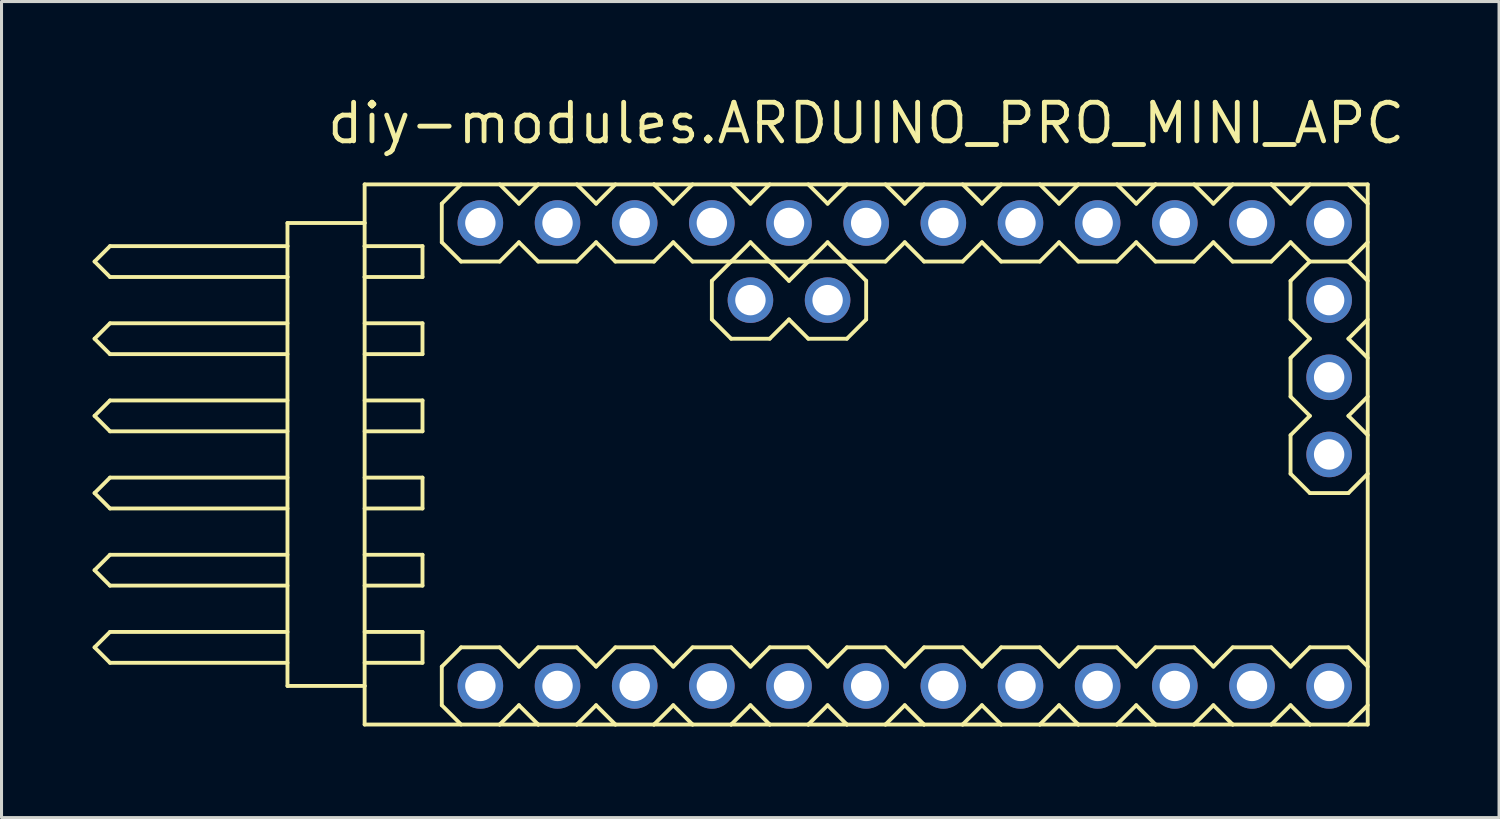
<source format=kicad_pcb>
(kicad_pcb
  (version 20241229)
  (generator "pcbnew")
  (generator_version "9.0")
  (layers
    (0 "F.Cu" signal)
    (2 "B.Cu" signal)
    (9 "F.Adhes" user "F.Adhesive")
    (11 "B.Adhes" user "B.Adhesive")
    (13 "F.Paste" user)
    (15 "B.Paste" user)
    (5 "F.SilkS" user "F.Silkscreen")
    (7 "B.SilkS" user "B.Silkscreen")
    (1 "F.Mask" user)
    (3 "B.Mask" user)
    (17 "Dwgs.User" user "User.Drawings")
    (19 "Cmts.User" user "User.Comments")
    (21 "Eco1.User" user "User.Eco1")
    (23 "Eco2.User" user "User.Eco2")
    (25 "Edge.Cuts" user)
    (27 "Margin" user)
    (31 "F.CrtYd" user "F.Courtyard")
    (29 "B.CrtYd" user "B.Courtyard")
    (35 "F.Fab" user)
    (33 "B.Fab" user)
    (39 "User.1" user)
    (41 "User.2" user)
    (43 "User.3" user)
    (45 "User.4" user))
  (footprint "diy-modules.ARDUINO_PRO_MINI_APC"
    (layer "F.Cu")
    (at 25.463 11.91)
    (property "Reference" "diy-modules.ARDUINO_PRO_MINI_APC" (at 0 -10.16 0) (layer "F.SilkS") (effects (font (size 1.27 1.27) (thickness 0.16)) (justify bottom)))
    (attr through_hole)
    (fp_line (start -25.4 -6.35) (end -24.892 -5.842) (stroke (width 0.127) (type default)) (layer "F.SilkS"))
    (fp_line (start -25.4 -3.81) (end -24.892 -3.302) (stroke (width 0.127) (type default)) (layer "F.SilkS"))
    (fp_line (start -25.4 -1.27) (end -24.892 -0.762) (stroke (width 0.127) (type default)) (layer "F.SilkS"))
    (fp_line (start -25.4 1.27) (end -24.892 1.778) (stroke (width 0.127) (type default)) (layer "F.SilkS"))
    (fp_line (start -25.4 3.81) (end -24.892 4.318) (stroke (width 0.127) (type default)) (layer "F.SilkS"))
    (fp_line (start -25.4 6.35) (end -24.892 6.858) (stroke (width 0.127) (type default)) (layer "F.SilkS"))
    (fp_line (start -24.892 -6.858) (end -25.4 -6.35) (stroke (width 0.127) (type default)) (layer "F.SilkS"))
    (fp_line (start -24.892 -5.842) (end -19.05 -5.842) (stroke (width 0.127) (type default)) (layer "F.SilkS"))
    (fp_line (start -24.892 -4.318) (end -25.4 -3.81) (stroke (width 0.127) (type default)) (layer "F.SilkS"))
    (fp_line (start -24.892 -3.302) (end -19.05 -3.302) (stroke (width 0.127) (type default)) (layer "F.SilkS"))
    (fp_line (start -24.892 -1.778) (end -25.4 -1.27) (stroke (width 0.127) (type default)) (layer "F.SilkS"))
    (fp_line (start -24.892 -0.762) (end -19.05 -0.762) (stroke (width 0.127) (type default)) (layer "F.SilkS"))
    (fp_line (start -24.892 0.762) (end -25.4 1.27) (stroke (width 0.127) (type default)) (layer "F.SilkS"))
    (fp_line (start -24.892 1.778) (end -19.05 1.778) (stroke (width 0.127) (type default)) (layer "F.SilkS"))
    (fp_line (start -24.892 3.302) (end -25.4 3.81) (stroke (width 0.127) (type default)) (layer "F.SilkS"))
    (fp_line (start -24.892 4.318) (end -19.05 4.318) (stroke (width 0.127) (type default)) (layer "F.SilkS"))
    (fp_line (start -24.892 5.842) (end -25.4 6.35) (stroke (width 0.127) (type default)) (layer "F.SilkS"))
    (fp_line (start -24.892 6.858) (end -19.05 6.858) (stroke (width 0.127) (type default)) (layer "F.SilkS"))
    (fp_line (start -19.05 -7.62) (end -19.05 -6.858) (stroke (width 0.127) (type default)) (layer "F.SilkS"))
    (fp_line (start -19.05 -6.858) (end -24.892 -6.858) (stroke (width 0.127) (type default)) (layer "F.SilkS"))
    (fp_line (start -19.05 -6.858) (end -19.05 -5.842) (stroke (width 0.127) (type default)) (layer "F.SilkS"))
    (fp_line (start -19.05 -5.842) (end -19.05 7.62) (stroke (width 0.127) (type default)) (layer "F.SilkS"))
    (fp_line (start -19.05 -4.318) (end -24.892 -4.318) (stroke (width 0.127) (type default)) (layer "F.SilkS"))
    (fp_line (start -19.05 -1.778) (end -24.892 -1.778) (stroke (width 0.127) (type default)) (layer "F.SilkS"))
    (fp_line (start -19.05 0.762) (end -24.892 0.762) (stroke (width 0.127) (type default)) (layer "F.SilkS"))
    (fp_line (start -19.05 3.302) (end -24.892 3.302) (stroke (width 0.127) (type default)) (layer "F.SilkS"))
    (fp_line (start -19.05 5.842) (end -24.892 5.842) (stroke (width 0.127) (type default)) (layer "F.SilkS"))
    (fp_line (start -19.05 7.62) (end -16.51 7.62) (stroke (width 0.127) (type default)) (layer "F.SilkS"))
    (fp_line (start -16.51 -8.89) (end -16.51 -7.62) (stroke (width 0.127) (type default)) (layer "F.SilkS"))
    (fp_line (start -16.51 -7.62) (end -19.05 -7.62) (stroke (width 0.127) (type default)) (layer "F.SilkS"))
    (fp_line (start -16.51 -7.62) (end -16.51 -6.858) (stroke (width 0.127) (type default)) (layer "F.SilkS"))
    (fp_line (start -16.51 -6.858) (end -16.51 -5.842) (stroke (width 0.127) (type default)) (layer "F.SilkS"))
    (fp_line (start -16.51 -6.858) (end -14.605 -6.858) (stroke (width 0.127) (type default)) (layer "F.SilkS"))
    (fp_line (start -16.51 -5.842) (end -16.51 7.62) (stroke (width 0.127) (type default)) (layer "F.SilkS"))
    (fp_line (start -16.51 -4.318) (end -14.605 -4.318) (stroke (width 0.127) (type default)) (layer "F.SilkS"))
    (fp_line (start -16.51 -1.778) (end -14.605 -1.778) (stroke (width 0.127) (type default)) (layer "F.SilkS"))
    (fp_line (start -16.51 0.762) (end -14.605 0.762) (stroke (width 0.127) (type default)) (layer "F.SilkS"))
    (fp_line (start -16.51 3.302) (end -14.605 3.302) (stroke (width 0.127) (type default)) (layer "F.SilkS"))
    (fp_line (start -16.51 5.842) (end -14.605 5.842) (stroke (width 0.127) (type default)) (layer "F.SilkS"))
    (fp_line (start -16.51 7.62) (end -16.51 8.89) (stroke (width 0.127) (type default)) (layer "F.SilkS"))
    (fp_line (start -16.51 8.89) (end -12.065 8.89) (stroke (width 0.127) (type default)) (layer "F.SilkS"))
    (fp_line (start -14.605 -6.858) (end -14.605 -5.842) (stroke (width 0.127) (type default)) (layer "F.SilkS"))
    (fp_line (start -14.605 -5.842) (end -16.51 -5.842) (stroke (width 0.127) (type default)) (layer "F.SilkS"))
    (fp_line (start -14.605 -4.318) (end -14.605 -3.302) (stroke (width 0.127) (type default)) (layer "F.SilkS"))
    (fp_line (start -14.605 -3.302) (end -16.51 -3.302) (stroke (width 0.127) (type default)) (layer "F.SilkS"))
    (fp_line (start -14.605 -1.778) (end -14.605 -0.762) (stroke (width 0.127) (type default)) (layer "F.SilkS"))
    (fp_line (start -14.605 -0.762) (end -16.51 -0.762) (stroke (width 0.127) (type default)) (layer "F.SilkS"))
    (fp_line (start -14.605 0.762) (end -14.605 1.778) (stroke (width 0.127) (type default)) (layer "F.SilkS"))
    (fp_line (start -14.605 1.778) (end -16.51 1.778) (stroke (width 0.127) (type default)) (layer "F.SilkS"))
    (fp_line (start -14.605 3.302) (end -14.605 4.318) (stroke (width 0.127) (type default)) (layer "F.SilkS"))
    (fp_line (start -14.605 4.318) (end -16.51 4.318) (stroke (width 0.127) (type default)) (layer "F.SilkS"))
    (fp_line (start -14.605 5.842) (end -14.605 6.858) (stroke (width 0.127) (type default)) (layer "F.SilkS"))
    (fp_line (start -14.605 6.858) (end -16.51 6.858) (stroke (width 0.127) (type default)) (layer "F.SilkS"))
    (fp_line (start -13.97 -8.255) (end -13.97 -6.985) (stroke (width 0.127) (type default)) (layer "F.SilkS"))
    (fp_line (start -13.97 -6.985) (end -13.335 -6.35) (stroke (width 0.127) (type default)) (layer "F.SilkS"))
    (fp_line (start -13.97 6.985) (end -13.97 8.255) (stroke (width 0.127) (type default)) (layer "F.SilkS"))
    (fp_line (start -13.335 -8.89) (end -13.97 -8.255) (stroke (width 0.127) (type default)) (layer "F.SilkS"))
    (fp_line (start -13.335 -6.35) (end -12.065 -6.35) (stroke (width 0.127) (type default)) (layer "F.SilkS"))
    (fp_line (start -13.335 6.35) (end -13.97 6.985) (stroke (width 0.127) (type default)) (layer "F.SilkS"))
    (fp_line (start -13.335 6.35) (end -12.065 6.35) (stroke (width 0.127) (type default)) (layer "F.SilkS"))
    (fp_line (start -13.335 8.89) (end -13.97 8.255) (stroke (width 0.127) (type default)) (layer "F.SilkS"))
    (fp_line (start -12.065 -6.35) (end -11.43 -6.985) (stroke (width 0.127) (type default)) (layer "F.SilkS"))
    (fp_line (start -12.065 6.35) (end -11.43 6.985) (stroke (width 0.127) (type default)) (layer "F.SilkS"))
    (fp_line (start -12.065 8.89) (end -11.43 8.255) (stroke (width 0.127) (type default)) (layer "F.SilkS"))
    (fp_line (start -12.065 8.89) (end -10.795 8.89) (stroke (width 0.127) (type default)) (layer "F.SilkS"))
    (fp_line (start -11.43 -8.255) (end -12.065 -8.89) (stroke (width 0.127) (type default)) (layer "F.SilkS"))
    (fp_line (start -11.43 -6.985) (end -10.795 -6.35) (stroke (width 0.127) (type default)) (layer "F.SilkS"))
    (fp_line (start -11.43 6.985) (end -10.795 6.35) (stroke (width 0.127) (type default)) (layer "F.SilkS"))
    (fp_line (start -11.43 8.255) (end -10.795 8.89) (stroke (width 0.127) (type default)) (layer "F.SilkS"))
    (fp_line (start -10.795 -8.89) (end -11.43 -8.255) (stroke (width 0.127) (type default)) (layer "F.SilkS"))
    (fp_line (start -10.795 -6.35) (end -9.525 -6.35) (stroke (width 0.127) (type default)) (layer "F.SilkS"))
    (fp_line (start -10.795 6.35) (end -9.525 6.35) (stroke (width 0.127) (type default)) (layer "F.SilkS"))
    (fp_line (start -10.795 8.89) (end -9.525 8.89) (stroke (width 0.127) (type default)) (layer "F.SilkS"))
    (fp_line (start -9.525 -6.35) (end -8.89 -6.985) (stroke (width 0.127) (type default)) (layer "F.SilkS"))
    (fp_line (start -9.525 6.35) (end -8.89 6.985) (stroke (width 0.127) (type default)) (layer "F.SilkS"))
    (fp_line (start -9.525 8.89) (end -8.89 8.255) (stroke (width 0.127) (type default)) (layer "F.SilkS"))
    (fp_line (start -9.525 8.89) (end -8.255 8.89) (stroke (width 0.127) (type default)) (layer "F.SilkS"))
    (fp_line (start -8.89 -8.255) (end -9.525 -8.89) (stroke (width 0.127) (type default)) (layer "F.SilkS"))
    (fp_line (start -8.89 -6.985) (end -8.255 -6.35) (stroke (width 0.127) (type default)) (layer "F.SilkS"))
    (fp_line (start -8.89 6.985) (end -8.255 6.35) (stroke (width 0.127) (type default)) (layer "F.SilkS"))
    (fp_line (start -8.89 8.255) (end -8.255 8.89) (stroke (width 0.127) (type default)) (layer "F.SilkS"))
    (fp_line (start -8.255 -8.89) (end -8.89 -8.255) (stroke (width 0.127) (type default)) (layer "F.SilkS"))
    (fp_line (start -8.255 -6.35) (end -6.985 -6.35) (stroke (width 0.127) (type default)) (layer "F.SilkS"))
    (fp_line (start -8.255 6.35) (end -6.985 6.35) (stroke (width 0.127) (type default)) (layer "F.SilkS"))
    (fp_line (start -8.255 8.89) (end -6.985 8.89) (stroke (width 0.127) (type default)) (layer "F.SilkS"))
    (fp_line (start -6.985 -8.89) (end -16.51 -8.89) (stroke (width 0.127) (type default)) (layer "F.SilkS"))
    (fp_line (start -6.985 -6.35) (end -6.35 -6.985) (stroke (width 0.127) (type default)) (layer "F.SilkS"))
    (fp_line (start -6.985 6.35) (end -6.35 6.985) (stroke (width 0.127) (type default)) (layer "F.SilkS"))
    (fp_line (start -6.985 8.89) (end -6.35 8.255) (stroke (width 0.127) (type default)) (layer "F.SilkS"))
    (fp_line (start -6.985 8.89) (end -5.715 8.89) (stroke (width 0.127) (type default)) (layer "F.SilkS"))
    (fp_line (start -6.35 -8.255) (end -6.985 -8.89) (stroke (width 0.127) (type default)) (layer "F.SilkS"))
    (fp_line (start -6.35 -6.985) (end -5.715 -6.35) (stroke (width 0.127) (type default)) (layer "F.SilkS"))
    (fp_line (start -6.35 6.985) (end -5.715 6.35) (stroke (width 0.127) (type default)) (layer "F.SilkS"))
    (fp_line (start -6.35 8.255) (end -5.715 8.89) (stroke (width 0.127) (type default)) (layer "F.SilkS"))
    (fp_line (start -5.715 -8.89) (end -6.35 -8.255) (stroke (width 0.127) (type default)) (layer "F.SilkS"))
    (fp_line (start -5.715 -6.35) (end -4.445 -6.35) (stroke (width 0.127) (type default)) (layer "F.SilkS"))
    (fp_line (start -5.715 6.35) (end -4.445 6.35) (stroke (width 0.127) (type default)) (layer "F.SilkS"))
    (fp_line (start -5.715 8.89) (end -4.445 8.89) (stroke (width 0.127) (type default)) (layer "F.SilkS"))
    (fp_line (start -5.08 -5.715) (end -4.445 -6.35) (stroke (width 0.127) (type default)) (layer "F.SilkS"))
    (fp_line (start -5.08 -4.445) (end -5.08 -5.715) (stroke (width 0.127) (type default)) (layer "F.SilkS"))
    (fp_line (start -4.445 -6.35) (end -3.81 -6.985) (stroke (width 0.127) (type default)) (layer "F.SilkS"))
    (fp_line (start -4.445 -6.35) (end -3.175 -6.35) (stroke (width 0.127) (type default)) (layer "F.SilkS"))
    (fp_line (start -4.445 -3.81) (end -5.08 -4.445) (stroke (width 0.127) (type default)) (layer "F.SilkS"))
    (fp_line (start -4.445 6.35) (end -3.81 6.985) (stroke (width 0.127) (type default)) (layer "F.SilkS"))
    (fp_line (start -4.445 8.89) (end -3.81 8.255) (stroke (width 0.127) (type default)) (layer "F.SilkS"))
    (fp_line (start -4.445 8.89) (end -3.175 8.89) (stroke (width 0.127) (type default)) (layer "F.SilkS"))
    (fp_line (start -3.81 -8.255) (end -4.445 -8.89) (stroke (width 0.127) (type default)) (layer "F.SilkS"))
    (fp_line (start -3.81 -6.985) (end -3.175 -6.35) (stroke (width 0.127) (type default)) (layer "F.SilkS"))
    (fp_line (start -3.81 6.985) (end -3.175 6.35) (stroke (width 0.127) (type default)) (layer "F.SilkS"))
    (fp_line (start -3.81 8.255) (end -3.175 8.89) (stroke (width 0.127) (type default)) (layer "F.SilkS"))
    (fp_line (start -3.175 -8.89) (end -3.81 -8.255) (stroke (width 0.127) (type default)) (layer "F.SilkS"))
    (fp_line (start -3.175 -6.35) (end -2.54 -5.715) (stroke (width 0.127) (type default)) (layer "F.SilkS"))
    (fp_line (start -3.175 -6.35) (end -1.905 -6.35) (stroke (width 0.127) (type default)) (layer "F.SilkS"))
    (fp_line (start -3.175 -3.81) (end -4.445 -3.81) (stroke (width 0.127) (type default)) (layer "F.SilkS"))
    (fp_line (start -3.175 6.35) (end -1.905 6.35) (stroke (width 0.127) (type default)) (layer "F.SilkS"))
    (fp_line (start -3.175 8.89) (end -1.905 8.89) (stroke (width 0.127) (type default)) (layer "F.SilkS"))
    (fp_line (start -2.54 -5.715) (end -1.905 -6.35) (stroke (width 0.127) (type default)) (layer "F.SilkS"))
    (fp_line (start -2.54 -4.445) (end -3.175 -3.81) (stroke (width 0.127) (type default)) (layer "F.SilkS"))
    (fp_line (start -1.905 -6.35) (end -1.27 -6.985) (stroke (width 0.127) (type default)) (layer "F.SilkS"))
    (fp_line (start -1.905 -6.35) (end -0.635 -6.35) (stroke (width 0.127) (type default)) (layer "F.SilkS"))
    (fp_line (start -1.905 -3.81) (end -2.54 -4.445) (stroke (width 0.127) (type default)) (layer "F.SilkS"))
    (fp_line (start -1.905 6.35) (end -1.27 6.985) (stroke (width 0.127) (type default)) (layer "F.SilkS"))
    (fp_line (start -1.905 8.89) (end -1.27 8.255) (stroke (width 0.127) (type default)) (layer "F.SilkS"))
    (fp_line (start -1.905 8.89) (end -0.635 8.89) (stroke (width 0.127) (type default)) (layer "F.SilkS"))
    (fp_line (start -1.27 -8.255) (end -1.905 -8.89) (stroke (width 0.127) (type default)) (layer "F.SilkS"))
    (fp_line (start -1.27 -6.985) (end -0.635 -6.35) (stroke (width 0.127) (type default)) (layer "F.SilkS"))
    (fp_line (start -1.27 6.985) (end -0.635 6.35) (stroke (width 0.127) (type default)) (layer "F.SilkS"))
    (fp_line (start -1.27 8.255) (end -0.635 8.89) (stroke (width 0.127) (type default)) (layer "F.SilkS"))
    (fp_line (start -0.635 -8.89) (end -1.27 -8.255) (stroke (width 0.127) (type default)) (layer "F.SilkS"))
    (fp_line (start -0.635 -6.35) (end 0 -5.715) (stroke (width 0.127) (type default)) (layer "F.SilkS"))
    (fp_line (start -0.635 -6.35) (end 0.635 -6.35) (stroke (width 0.127) (type default)) (layer "F.SilkS"))
    (fp_line (start -0.635 -3.81) (end -1.905 -3.81) (stroke (width 0.127) (type default)) (layer "F.SilkS"))
    (fp_line (start -0.635 6.35) (end 0.635 6.35) (stroke (width 0.127) (type default)) (layer "F.SilkS"))
    (fp_line (start -0.635 8.89) (end 0.635 8.89) (stroke (width 0.127) (type default)) (layer "F.SilkS"))
    (fp_line (start 0 -5.715) (end 0 -4.445) (stroke (width 0.127) (type default)) (layer "F.SilkS"))
    (fp_line (start 0 -4.445) (end -0.635 -3.81) (stroke (width 0.127) (type default)) (layer "F.SilkS"))
    (fp_line (start 0.635 -6.35) (end 1.27 -6.985) (stroke (width 0.127) (type default)) (layer "F.SilkS"))
    (fp_line (start 0.635 6.35) (end 1.27 6.985) (stroke (width 0.127) (type default)) (layer "F.SilkS"))
    (fp_line (start 0.635 8.89) (end 1.27 8.255) (stroke (width 0.127) (type default)) (layer "F.SilkS"))
    (fp_line (start 0.635 8.89) (end 1.905 8.89) (stroke (width 0.127) (type default)) (layer "F.SilkS"))
    (fp_line (start 1.27 -8.255) (end 0.635 -8.89) (stroke (width 0.127) (type default)) (layer "F.SilkS"))
    (fp_line (start 1.27 -6.985) (end 1.905 -6.35) (stroke (width 0.127) (type default)) (layer "F.SilkS"))
    (fp_line (start 1.27 6.985) (end 1.905 6.35) (stroke (width 0.127) (type default)) (layer "F.SilkS"))
    (fp_line (start 1.27 8.255) (end 1.905 8.89) (stroke (width 0.127) (type default)) (layer "F.SilkS"))
    (fp_line (start 1.905 -8.89) (end 1.27 -8.255) (stroke (width 0.127) (type default)) (layer "F.SilkS"))
    (fp_line (start 1.905 -6.35) (end 3.175 -6.35) (stroke (width 0.127) (type default)) (layer "F.SilkS"))
    (fp_line (start 1.905 6.35) (end 3.175 6.35) (stroke (width 0.127) (type default)) (layer "F.SilkS"))
    (fp_line (start 1.905 8.89) (end 3.175 8.89) (stroke (width 0.127) (type default)) (layer "F.SilkS"))
    (fp_line (start 3.175 -6.35) (end 3.81 -6.985) (stroke (width 0.127) (type default)) (layer "F.SilkS"))
    (fp_line (start 3.175 6.35) (end 3.81 6.985) (stroke (width 0.127) (type default)) (layer "F.SilkS"))
    (fp_line (start 3.175 8.89) (end 3.81 8.255) (stroke (width 0.127) (type default)) (layer "F.SilkS"))
    (fp_line (start 3.175 8.89) (end 4.445 8.89) (stroke (width 0.127) (type default)) (layer "F.SilkS"))
    (fp_line (start 3.81 -8.255) (end 3.175 -8.89) (stroke (width 0.127) (type default)) (layer "F.SilkS"))
    (fp_line (start 3.81 -6.985) (end 4.445 -6.35) (stroke (width 0.127) (type default)) (layer "F.SilkS"))
    (fp_line (start 3.81 6.985) (end 4.445 6.35) (stroke (width 0.127) (type default)) (layer "F.SilkS"))
    (fp_line (start 3.81 8.255) (end 4.445 8.89) (stroke (width 0.127) (type default)) (layer "F.SilkS"))
    (fp_line (start 4.445 -8.89) (end 3.81 -8.255) (stroke (width 0.127) (type default)) (layer "F.SilkS"))
    (fp_line (start 4.445 -6.35) (end 5.715 -6.35) (stroke (width 0.127) (type default)) (layer "F.SilkS"))
    (fp_line (start 4.445 6.35) (end 5.715 6.35) (stroke (width 0.127) (type default)) (layer "F.SilkS"))
    (fp_line (start 4.445 8.89) (end 5.715 8.89) (stroke (width 0.127) (type default)) (layer "F.SilkS"))
    (fp_line (start 5.715 -6.35) (end 6.35 -6.985) (stroke (width 0.127) (type default)) (layer "F.SilkS"))
    (fp_line (start 5.715 6.35) (end 6.35 6.985) (stroke (width 0.127) (type default)) (layer "F.SilkS"))
    (fp_line (start 5.715 8.89) (end 6.35 8.255) (stroke (width 0.127) (type default)) (layer "F.SilkS"))
    (fp_line (start 5.715 8.89) (end 6.985 8.89) (stroke (width 0.127) (type default)) (layer "F.SilkS"))
    (fp_line (start 6.35 -8.255) (end 5.715 -8.89) (stroke (width 0.127) (type default)) (layer "F.SilkS"))
    (fp_line (start 6.35 -6.985) (end 6.985 -6.35) (stroke (width 0.127) (type default)) (layer "F.SilkS"))
    (fp_line (start 6.35 6.985) (end 6.985 6.35) (stroke (width 0.127) (type default)) (layer "F.SilkS"))
    (fp_line (start 6.35 8.255) (end 6.985 8.89) (stroke (width 0.127) (type default)) (layer "F.SilkS"))
    (fp_line (start 6.985 -8.89) (end 6.35 -8.255) (stroke (width 0.127) (type default)) (layer "F.SilkS"))
    (fp_line (start 6.985 -6.35) (end 8.255 -6.35) (stroke (width 0.127) (type default)) (layer "F.SilkS"))
    (fp_line (start 6.985 6.35) (end 8.255 6.35) (stroke (width 0.127) (type default)) (layer "F.SilkS"))
    (fp_line (start 6.985 8.89) (end 8.255 8.89) (stroke (width 0.127) (type default)) (layer "F.SilkS"))
    (fp_line (start 8.255 -6.35) (end 8.89 -6.985) (stroke (width 0.127) (type default)) (layer "F.SilkS"))
    (fp_line (start 8.255 6.35) (end 8.89 6.985) (stroke (width 0.127) (type default)) (layer "F.SilkS"))
    (fp_line (start 8.255 8.89) (end 8.89 8.255) (stroke (width 0.127) (type default)) (layer "F.SilkS"))
    (fp_line (start 8.255 8.89) (end 9.525 8.89) (stroke (width 0.127) (type default)) (layer "F.SilkS"))
    (fp_line (start 8.89 -8.255) (end 8.255 -8.89) (stroke (width 0.127) (type default)) (layer "F.SilkS"))
    (fp_line (start 8.89 -8.255) (end 9.525 -8.89) (stroke (width 0.127) (type default)) (layer "F.SilkS"))
    (fp_line (start 8.89 -6.985) (end 9.525 -6.35) (stroke (width 0.127) (type default)) (layer "F.SilkS"))
    (fp_line (start 8.89 6.985) (end 9.525 6.35) (stroke (width 0.127) (type default)) (layer "F.SilkS"))
    (fp_line (start 8.89 8.255) (end 9.525 8.89) (stroke (width 0.127) (type default)) (layer "F.SilkS"))
    (fp_line (start 9.525 -8.89) (end -6.985 -8.89) (stroke (width 0.127) (type default)) (layer "F.SilkS"))
    (fp_line (start 9.525 -6.35) (end 10.795 -6.35) (stroke (width 0.127) (type default)) (layer "F.SilkS"))
    (fp_line (start 9.525 6.35) (end 10.795 6.35) (stroke (width 0.127) (type default)) (layer "F.SilkS"))
    (fp_line (start 9.525 8.89) (end 10.795 8.89) (stroke (width 0.127) (type default)) (layer "F.SilkS"))
    (fp_line (start 10.795 -6.35) (end 11.43 -6.985) (stroke (width 0.127) (type default)) (layer "F.SilkS"))
    (fp_line (start 10.795 6.35) (end 11.43 6.985) (stroke (width 0.127) (type default)) (layer "F.SilkS"))
    (fp_line (start 10.795 8.89) (end 11.43 8.255) (stroke (width 0.127) (type default)) (layer "F.SilkS"))
    (fp_line (start 10.795 8.89) (end 12.065 8.89) (stroke (width 0.127) (type default)) (layer "F.SilkS"))
    (fp_line (start 11.43 -8.255) (end 10.795 -8.89) (stroke (width 0.127) (type default)) (layer "F.SilkS"))
    (fp_line (start 11.43 -6.985) (end 12.065 -6.35) (stroke (width 0.127) (type default)) (layer "F.SilkS"))
    (fp_line (start 11.43 6.985) (end 12.065 6.35) (stroke (width 0.127) (type default)) (layer "F.SilkS"))
    (fp_line (start 11.43 8.255) (end 12.065 8.89) (stroke (width 0.127) (type default)) (layer "F.SilkS"))
    (fp_line (start 12.065 -8.89) (end 11.43 -8.255) (stroke (width 0.127) (type default)) (layer "F.SilkS"))
    (fp_line (start 12.065 -6.35) (end 13.335 -6.35) (stroke (width 0.127) (type default)) (layer "F.SilkS"))
    (fp_line (start 12.065 6.35) (end 13.335 6.35) (stroke (width 0.127) (type default)) (layer "F.SilkS"))
    (fp_line (start 12.065 8.89) (end 13.335 8.89) (stroke (width 0.127) (type default)) (layer "F.SilkS"))
    (fp_line (start 13.335 -8.89) (end 9.525 -8.89) (stroke (width 0.127) (type default)) (layer "F.SilkS"))
    (fp_line (start 13.335 -6.35) (end 13.97 -6.985) (stroke (width 0.127) (type default)) (layer "F.SilkS"))
    (fp_line (start 13.335 6.35) (end 13.97 6.985) (stroke (width 0.127) (type default)) (layer "F.SilkS"))
    (fp_line (start 13.335 8.89) (end 14.605 8.89) (stroke (width 0.127) (type default)) (layer "F.SilkS"))
    (fp_line (start 13.97 -8.255) (end 13.335 -8.89) (stroke (width 0.127) (type default)) (layer "F.SilkS"))
    (fp_line (start 13.97 -6.985) (end 14.605 -6.35) (stroke (width 0.127) (type default)) (layer "F.SilkS"))
    (fp_line (start 13.97 -5.715) (end 14.605 -6.35) (stroke (width 0.127) (type default)) (layer "F.SilkS"))
    (fp_line (start 13.97 -4.445) (end 13.97 -5.715) (stroke (width 0.127) (type default)) (layer "F.SilkS"))
    (fp_line (start 13.97 -3.175) (end 14.605 -3.81) (stroke (width 0.127) (type default)) (layer "F.SilkS"))
    (fp_line (start 13.97 -1.905) (end 13.97 -3.175) (stroke (width 0.127) (type default)) (layer "F.SilkS"))
    (fp_line (start 13.97 -0.635) (end 14.605 -1.27) (stroke (width 0.127) (type default)) (layer "F.SilkS"))
    (fp_line (start 13.97 0.635) (end 13.97 -0.635) (stroke (width 0.127) (type default)) (layer "F.SilkS"))
    (fp_line (start 13.97 6.985) (end 14.605 6.35) (stroke (width 0.127) (type default)) (layer "F.SilkS"))
    (fp_line (start 13.97 8.255) (end 13.335 8.89) (stroke (width 0.127) (type default)) (layer "F.SilkS"))
    (fp_line (start 14.605 -8.89) (end 13.97 -8.255) (stroke (width 0.127) (type default)) (layer "F.SilkS"))
    (fp_line (start 14.605 -6.35) (end 15.875 -6.35) (stroke (width 0.127) (type default)) (layer "F.SilkS"))
    (fp_line (start 14.605 -3.81) (end 13.97 -4.445) (stroke (width 0.127) (type default)) (layer "F.SilkS"))
    (fp_line (start 14.605 -1.27) (end 13.97 -1.905) (stroke (width 0.127) (type default)) (layer "F.SilkS"))
    (fp_line (start 14.605 1.27) (end 13.97 0.635) (stroke (width 0.127) (type default)) (layer "F.SilkS"))
    (fp_line (start 14.605 6.35) (end 15.875 6.35) (stroke (width 0.127) (type default)) (layer "F.SilkS"))
    (fp_line (start 14.605 8.89) (end 13.97 8.255) (stroke (width 0.127) (type default)) (layer "F.SilkS"))
    (fp_line (start 14.605 8.89) (end 16.51 8.89) (stroke (width 0.127) (type default)) (layer "F.SilkS"))
    (fp_line (start 15.875 -6.35) (end 16.51 -6.985) (stroke (width 0.127) (type default)) (layer "F.SilkS"))
    (fp_line (start 15.875 -6.35) (end 16.51 -5.715) (stroke (width 0.127) (type default)) (layer "F.SilkS"))
    (fp_line (start 15.875 -3.81) (end 16.51 -3.175) (stroke (width 0.127) (type default)) (layer "F.SilkS"))
    (fp_line (start 15.875 -1.27) (end 16.51 -0.635) (stroke (width 0.127) (type default)) (layer "F.SilkS"))
    (fp_line (start 15.875 1.27) (end 14.605 1.27) (stroke (width 0.127) (type default)) (layer "F.SilkS"))
    (fp_line (start 15.875 8.89) (end 16.51 8.255) (stroke (width 0.127) (type default)) (layer "F.SilkS"))
    (fp_line (start 16.51 -8.89) (end 13.335 -8.89) (stroke (width 0.127) (type default)) (layer "F.SilkS"))
    (fp_line (start 16.51 -8.255) (end 15.875 -8.89) (stroke (width 0.127) (type default)) (layer "F.SilkS"))
    (fp_line (start 16.51 -4.445) (end 15.875 -3.81) (stroke (width 0.127) (type default)) (layer "F.SilkS"))
    (fp_line (start 16.51 -1.905) (end 15.875 -1.27) (stroke (width 0.127) (type default)) (layer "F.SilkS"))
    (fp_line (start 16.51 0.635) (end 15.875 1.27) (stroke (width 0.127) (type default)) (layer "F.SilkS"))
    (fp_line (start 16.51 6.985) (end 15.875 6.35) (stroke (width 0.127) (type default)) (layer "F.SilkS"))
    (fp_line (start 16.51 8.89) (end 16.51 -8.89) (stroke (width 0.127) (type default)) (layer "F.SilkS"))
    (pad "J2.1" thru_hole circle (at -1.27 -5.08) (size 1.5 1.5) (drill 1) (layers "*.Cu" "*.Mask"))
    (pad "J2.2" thru_hole circle (at -3.81 -5.08) (size 1.5 1.5) (drill 1) (layers "*.Cu" "*.Mask"))
    (pad "J3.1" thru_hole circle (at 15.24 0) (size 1.5 1.5) (drill 1) (layers "*.Cu" "*.Mask"))
    (pad "J3.2" thru_hole circle (at 15.24 -2.54) (size 1.5 1.5) (drill 1) (layers "*.Cu" "*.Mask"))
    (pad "J3.3" thru_hole circle (at 15.24 -5.08) (size 1.5 1.5) (drill 1) (layers "*.Cu" "*.Mask"))
    (pad "J6.1" thru_hole circle (at -12.7 -7.62) (size 1.5 1.5) (drill 1) (layers "*.Cu" "*.Mask"))
    (pad "J6.2" thru_hole circle (at -10.16 -7.62) (size 1.5 1.5) (drill 1) (layers "*.Cu" "*.Mask"))
    (pad "J6.3" thru_hole circle (at -7.62 -7.62) (size 1.5 1.5) (drill 1) (layers "*.Cu" "*.Mask"))
    (pad "J6.4" thru_hole circle (at -5.08 -7.62) (size 1.5 1.5) (drill 1) (layers "*.Cu" "*.Mask"))
    (pad "J6.5" thru_hole circle (at -2.54 -7.62) (size 1.5 1.5) (drill 1) (layers "*.Cu" "*.Mask"))
    (pad "J6.6" thru_hole circle (at 0 -7.62) (size 1.5 1.5) (drill 1) (layers "*.Cu" "*.Mask"))
    (pad "J6.7" thru_hole circle (at 2.54 -7.62) (size 1.5 1.5) (drill 1) (layers "*.Cu" "*.Mask"))
    (pad "J6.8" thru_hole circle (at 5.08 -7.62) (size 1.5 1.5) (drill 1) (layers "*.Cu" "*.Mask"))
    (pad "J6.9" thru_hole circle (at 7.62 -7.62) (size 1.5 1.5) (drill 1) (layers "*.Cu" "*.Mask"))
    (pad "J6.10" thru_hole circle (at 10.16 -7.62) (size 1.5 1.5) (drill 1) (layers "*.Cu" "*.Mask"))
    (pad "J6.11" thru_hole circle (at 12.7 -7.62) (size 1.5 1.5) (drill 1) (layers "*.Cu" "*.Mask"))
    (pad "J6.12" thru_hole circle (at 15.24 -7.62) (size 1.5 1.5) (drill 1) (layers "*.Cu" "*.Mask"))
    (pad "J7.1" thru_hole circle (at 15.24 7.62) (size 1.5 1.5) (drill 1) (layers "*.Cu" "*.Mask"))
    (pad "J7.2" thru_hole circle (at 12.7 7.62) (size 1.5 1.5) (drill 1) (layers "*.Cu" "*.Mask"))
    (pad "J7.3" thru_hole circle (at 10.16 7.62) (size 1.5 1.5) (drill 1) (layers "*.Cu" "*.Mask"))
    (pad "J7.4" thru_hole circle (at 7.62 7.62) (size 1.5 1.5) (drill 1) (layers "*.Cu" "*.Mask"))
    (pad "J7.5" thru_hole circle (at 5.08 7.62) (size 1.5 1.5) (drill 1) (layers "*.Cu" "*.Mask"))
    (pad "J7.6" thru_hole circle (at 2.54 7.62) (size 1.5 1.5) (drill 1) (layers "*.Cu" "*.Mask"))
    (pad "J7.7" thru_hole circle (at 0 7.62) (size 1.5 1.5) (drill 1) (layers "*.Cu" "*.Mask"))
    (pad "J7.8" thru_hole circle (at -2.54 7.62) (size 1.5 1.5) (drill 1) (layers "*.Cu" "*.Mask"))
    (pad "J7.9" thru_hole circle (at -5.08 7.62) (size 1.5 1.5) (drill 1) (layers "*.Cu" "*.Mask"))
    (pad "J7.10" thru_hole circle (at -7.62 7.62) (size 1.5 1.5) (drill 1) (layers "*.Cu" "*.Mask"))
    (pad "J7.11" thru_hole circle (at -10.16 7.62) (size 1.5 1.5) (drill 1) (layers "*.Cu" "*.Mask"))
    (pad "J7.12" thru_hole circle (at -12.7 7.62) (size 1.5 1.5) (drill 1) (layers "*.Cu" "*.Mask")))
  (gr_rect
    (start -3 -3)
    (end 46.296 23.863)
    (stroke (width 0.1) (type default))
    (fill no)
    (layer "Edge.Cuts")))
</source>
